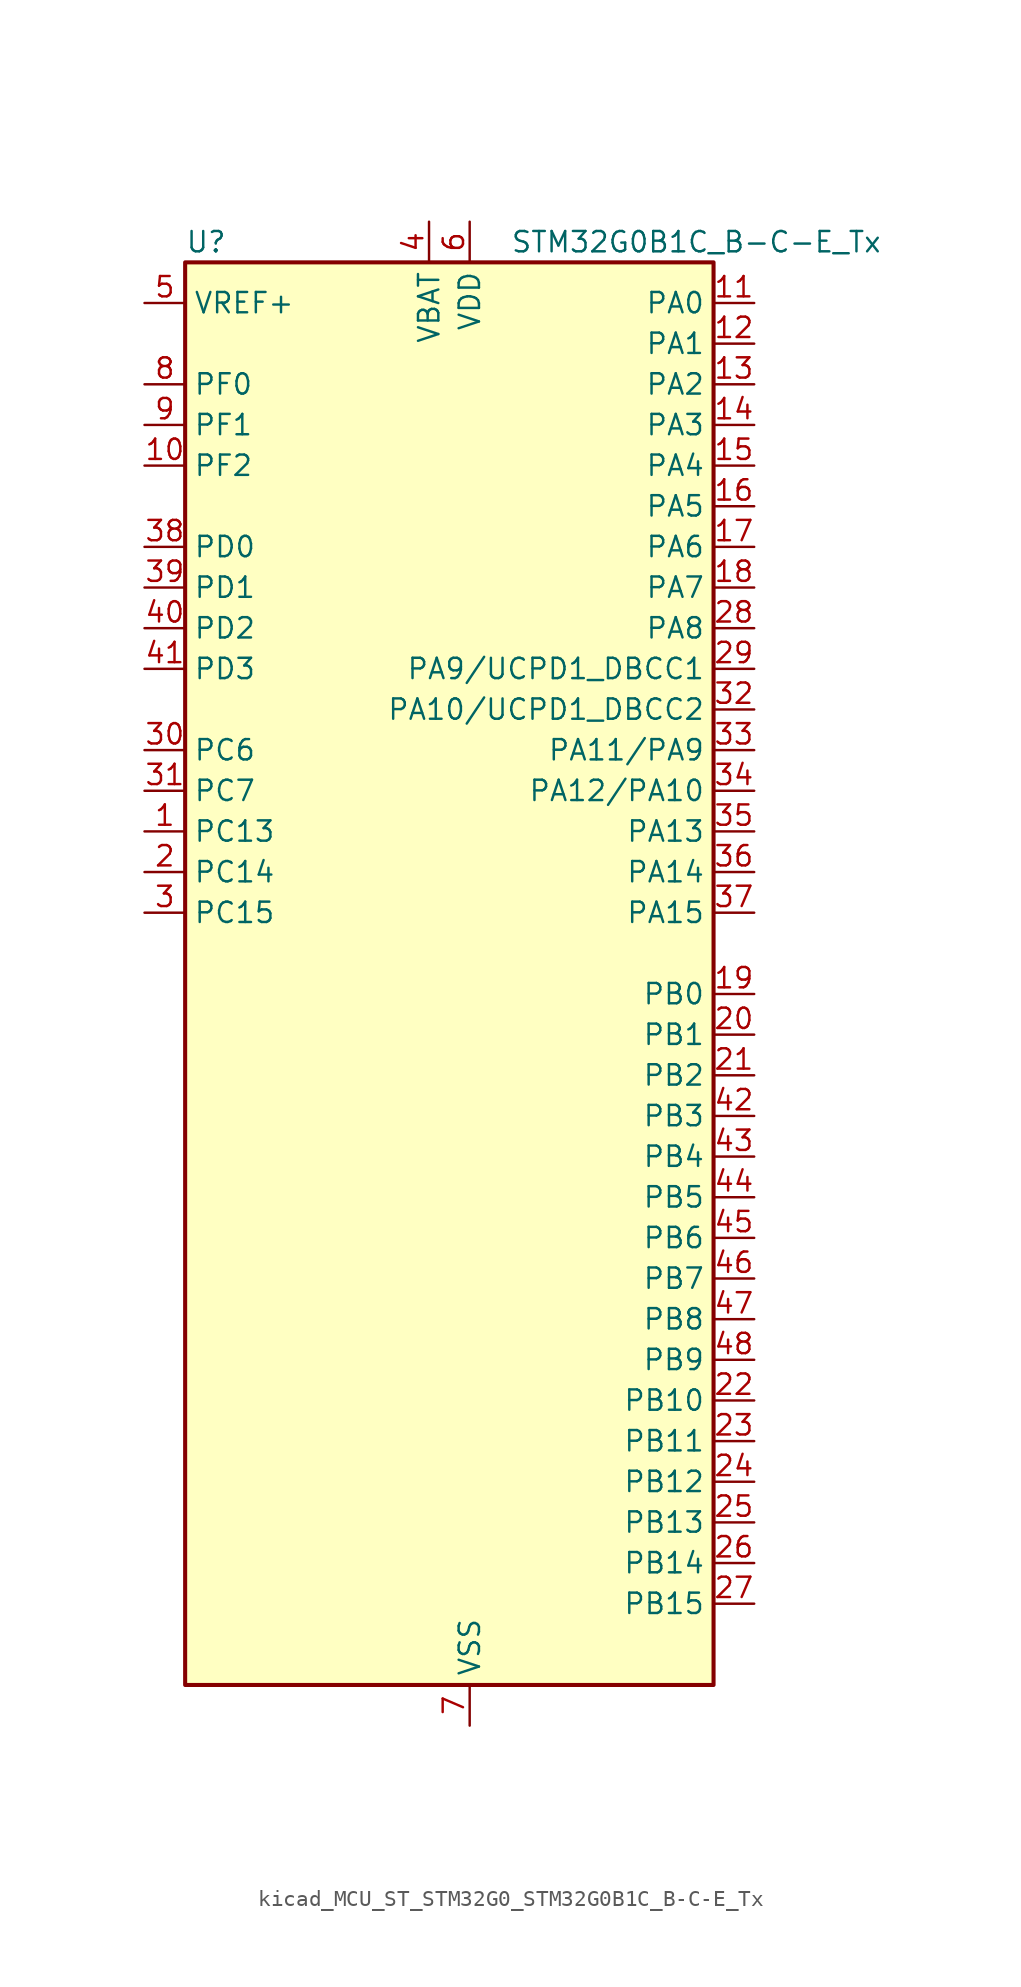
<source format=kicad_sym>
(kicad_symbol_lib
  (version 20220914)
  (generator kicad_symbol_editor)
  (symbol "kicad_MCU_ST_STM32G0_STM32G0B1C_B-C-E_Tx"
    (property "Reference" "U"
      (at -15.24 46.99 0)
      (effects (font (size 1.27 1.27)) (justify left)))
    (property "Value" "STM32G0B1C_B-C-E_Tx"
      (at 5.08 46.99 0)
      (effects (font (size 1.27 1.27)) (justify left)))
    (property "ki_locked" ""
      (at 0 0 0)
      (effects (font (size 1.27 1.27))))
    (symbol "kicad_MCU_ST_STM32G0_STM32G0B1C_B-C-E_Tx_0_1"
      (rectangle (start -15.24 -43.18) (end 17.78 45.72) (stroke (width 0.254) (type default)) (fill (type background))))
    (symbol "kicad_MCU_ST_STM32G0_STM32G0B1C_B-C-E_Tx_1_1"
      (pin bidirectional line (at -17.78 10.16 0) (length 2.54) (name "PC13" (effects (font (size 1.27 1.27)))) (number "1" (effects (font (size 1.27 1.27)))) (alternate "RTC_OUT1" bidirectional line) (alternate "RTC_TAMP_IN1" bidirectional line) (alternate "RTC_TS" bidirectional line) (alternate "SYS_WKUP2" bidirectional line) (alternate "TIM1_BK" bidirectional line))
      (pin bidirectional line (at -17.78 33.02 0) (length 2.54) (name "PF2" (effects (font (size 1.27 1.27)))) (number "10" (effects (font (size 1.27 1.27)))) (alternate "LPUART2_DE" bidirectional line) (alternate "LPUART2_RTS" bidirectional line) (alternate "LPUART2_TX" bidirectional line) (alternate "RCC_MCO" bidirectional line))
      (pin bidirectional line (at 20.32 43.18 180) (length 2.54) (name "PA0" (effects (font (size 1.27 1.27)))) (number "11" (effects (font (size 1.27 1.27)))) (alternate "ADC1_IN0" bidirectional line) (alternate "COMP1_INM" bidirectional line) (alternate "COMP1_OUT" bidirectional line) (alternate "I2S2_CK" bidirectional line) (alternate "LPTIM1_OUT" bidirectional line) (alternate "RTC_TAMP_IN2" bidirectional line) (alternate "SPI2_SCK" bidirectional line) (alternate "SYS_WKUP1" bidirectional line) (alternate "TIM2_CH1" bidirectional line) (alternate "TIM2_ETR" bidirectional line) (alternate "UCPD2_FRSTX1" bidirectional line) (alternate "UCPD2_FRSTX2" bidirectional line) (alternate "USART2_CTS" bidirectional line) (alternate "USART2_NSS" bidirectional line) (alternate "USART4_TX" bidirectional line))
      (pin bidirectional line (at 20.32 40.64 180) (length 2.54) (name "PA1" (effects (font (size 1.27 1.27)))) (number "12" (effects (font (size 1.27 1.27)))) (alternate "ADC1_IN1" bidirectional line) (alternate "COMP1_INP" bidirectional line) (alternate "I2C1_SMBA" bidirectional line) (alternate "I2S1_CK" bidirectional line) (alternate "SPI1_SCK" bidirectional line) (alternate "TIM15_CH1N" bidirectional line) (alternate "TIM2_CH2" bidirectional line) (alternate "USART2_CK" bidirectional line) (alternate "USART2_DE" bidirectional line) (alternate "USART2_RTS" bidirectional line) (alternate "USART4_RX" bidirectional line))
      (pin bidirectional line (at 20.32 38.1 180) (length 2.54) (name "PA2" (effects (font (size 1.27 1.27)))) (number "13" (effects (font (size 1.27 1.27)))) (alternate "ADC1_IN2" bidirectional line) (alternate "COMP2_INM" bidirectional line) (alternate "COMP2_OUT" bidirectional line) (alternate "I2S1_SD" bidirectional line) (alternate "LPUART1_TX" bidirectional line) (alternate "RCC_LSCO" bidirectional line) (alternate "SPI1_MOSI" bidirectional line) (alternate "SYS_WKUP4" bidirectional line) (alternate "TIM15_CH1" bidirectional line) (alternate "TIM2_CH3" bidirectional line) (alternate "UCPD1_FRSTX1" bidirectional line) (alternate "UCPD1_FRSTX2" bidirectional line) (alternate "USART2_TX" bidirectional line))
      (pin bidirectional line (at 20.32 35.56 180) (length 2.54) (name "PA3" (effects (font (size 1.27 1.27)))) (number "14" (effects (font (size 1.27 1.27)))) (alternate "ADC1_IN3" bidirectional line) (alternate "COMP2_INP" bidirectional line) (alternate "I2S2_MCK" bidirectional line) (alternate "LPUART1_RX" bidirectional line) (alternate "SPI2_MISO" bidirectional line) (alternate "TIM15_CH2" bidirectional line) (alternate "TIM2_CH4" bidirectional line) (alternate "UCPD2_FRSTX1" bidirectional line) (alternate "UCPD2_FRSTX2" bidirectional line) (alternate "USART2_RX" bidirectional line))
      (pin bidirectional line (at 20.32 33.02 180) (length 2.54) (name "PA4" (effects (font (size 1.27 1.27)))) (number "15" (effects (font (size 1.27 1.27)))) (alternate "ADC1_IN4" bidirectional line) (alternate "DAC1_OUT1" bidirectional line) (alternate "I2S1_WS" bidirectional line) (alternate "I2S2_SD" bidirectional line) (alternate "LPTIM2_OUT" bidirectional line) (alternate "RTC_OUT2" bidirectional line) (alternate "SPI1_NSS" bidirectional line) (alternate "SPI2_MOSI" bidirectional line) (alternate "SPI3_NSS" bidirectional line) (alternate "TIM14_CH1" bidirectional line) (alternate "UCPD2_FRSTX1" bidirectional line) (alternate "UCPD2_FRSTX2" bidirectional line) (alternate "USART6_TX" bidirectional line) (alternate "USB_NOE" bidirectional line))
      (pin bidirectional line (at 20.32 30.48 180) (length 2.54) (name "PA5" (effects (font (size 1.27 1.27)))) (number "16" (effects (font (size 1.27 1.27)))) (alternate "ADC1_IN5" bidirectional line) (alternate "CEC" bidirectional line) (alternate "DAC1_OUT2" bidirectional line) (alternate "I2S1_CK" bidirectional line) (alternate "LPTIM2_ETR" bidirectional line) (alternate "SPI1_SCK" bidirectional line) (alternate "TIM2_CH1" bidirectional line) (alternate "TIM2_ETR" bidirectional line) (alternate "UCPD1_FRSTX1" bidirectional line) (alternate "UCPD1_FRSTX2" bidirectional line) (alternate "USART3_TX" bidirectional line) (alternate "USART6_RX" bidirectional line))
      (pin bidirectional line (at 20.32 27.94 180) (length 2.54) (name "PA6" (effects (font (size 1.27 1.27)))) (number "17" (effects (font (size 1.27 1.27)))) (alternate "ADC1_IN6" bidirectional line) (alternate "COMP1_OUT" bidirectional line) (alternate "I2C2_SDA" bidirectional line) (alternate "I2C3_SDA" bidirectional line) (alternate "I2S1_MCK" bidirectional line) (alternate "LPUART1_CTS" bidirectional line) (alternate "SPI1_MISO" bidirectional line) (alternate "TIM16_CH1" bidirectional line) (alternate "TIM1_BK" bidirectional line) (alternate "TIM3_CH1" bidirectional line) (alternate "USART3_CTS" bidirectional line) (alternate "USART3_NSS" bidirectional line) (alternate "USART6_CTS" bidirectional line) (alternate "USART6_NSS" bidirectional line))
      (pin bidirectional line (at 20.32 25.4 180) (length 2.54) (name "PA7" (effects (font (size 1.27 1.27)))) (number "18" (effects (font (size 1.27 1.27)))) (alternate "ADC1_IN7" bidirectional line) (alternate "COMP2_OUT" bidirectional line) (alternate "I2C2_SCL" bidirectional line) (alternate "I2C3_SCL" bidirectional line) (alternate "I2S1_SD" bidirectional line) (alternate "SPI1_MOSI" bidirectional line) (alternate "TIM14_CH1" bidirectional line) (alternate "TIM17_CH1" bidirectional line) (alternate "TIM1_CH1N" bidirectional line) (alternate "TIM3_CH2" bidirectional line) (alternate "UCPD1_FRSTX1" bidirectional line) (alternate "UCPD1_FRSTX2" bidirectional line) (alternate "USART6_CK" bidirectional line) (alternate "USART6_DE" bidirectional line) (alternate "USART6_RTS" bidirectional line))
      (pin bidirectional line (at 20.32 0 180) (length 2.54) (name "PB0" (effects (font (size 1.27 1.27)))) (number "19" (effects (font (size 1.27 1.27)))) (alternate "ADC1_IN8" bidirectional line) (alternate "COMP1_OUT" bidirectional line) (alternate "COMP3_INP" bidirectional line) (alternate "FDCAN2_RX" bidirectional line) (alternate "I2S1_WS" bidirectional line) (alternate "LPTIM1_OUT" bidirectional line) (alternate "LPUART2_CTS" bidirectional line) (alternate "SPI1_NSS" bidirectional line) (alternate "TIM1_CH2N" bidirectional line) (alternate "TIM3_CH3" bidirectional line) (alternate "UCPD1_FRSTX1" bidirectional line) (alternate "UCPD1_FRSTX2" bidirectional line) (alternate "USART3_RX" bidirectional line) (alternate "USART5_TX" bidirectional line))
      (pin bidirectional line (at -17.78 7.62 0) (length 2.54) (name "PC14" (effects (font (size 1.27 1.27)))) (number "2" (effects (font (size 1.27 1.27)))) (alternate "RCC_OSC32_IN" bidirectional line) (alternate "TIM1_BK2" bidirectional line))
      (pin bidirectional line (at 20.32 -2.54 180) (length 2.54) (name "PB1" (effects (font (size 1.27 1.27)))) (number "20" (effects (font (size 1.27 1.27)))) (alternate "ADC1_IN9" bidirectional line) (alternate "COMP1_INM" bidirectional line) (alternate "COMP3_OUT" bidirectional line) (alternate "FDCAN2_TX" bidirectional line) (alternate "LPTIM2_IN1" bidirectional line) (alternate "LPUART1_DE" bidirectional line) (alternate "LPUART1_RTS" bidirectional line) (alternate "LPUART2_DE" bidirectional line) (alternate "LPUART2_RTS" bidirectional line) (alternate "TIM14_CH1" bidirectional line) (alternate "TIM1_CH3N" bidirectional line) (alternate "TIM3_CH4" bidirectional line) (alternate "USART3_CK" bidirectional line) (alternate "USART3_DE" bidirectional line) (alternate "USART3_RTS" bidirectional line) (alternate "USART5_RX" bidirectional line))
      (pin bidirectional line (at 20.32 -5.08 180) (length 2.54) (name "PB2" (effects (font (size 1.27 1.27)))) (number "21" (effects (font (size 1.27 1.27)))) (alternate "ADC1_IN10" bidirectional line) (alternate "COMP1_INP" bidirectional line) (alternate "COMP3_INM" bidirectional line) (alternate "I2S2_MCK" bidirectional line) (alternate "LPTIM1_OUT" bidirectional line) (alternate "RCC_MCO_2" bidirectional line) (alternate "SPI2_MISO" bidirectional line) (alternate "USART3_TX" bidirectional line))
      (pin bidirectional line (at 20.32 -25.4 180) (length 2.54) (name "PB10" (effects (font (size 1.27 1.27)))) (number "22" (effects (font (size 1.27 1.27)))) (alternate "ADC1_IN11" bidirectional line) (alternate "CEC" bidirectional line) (alternate "COMP1_OUT" bidirectional line) (alternate "I2C2_SCL" bidirectional line) (alternate "I2S2_CK" bidirectional line) (alternate "LPUART1_RX" bidirectional line) (alternate "SPI2_SCK" bidirectional line) (alternate "TIM2_CH3" bidirectional line) (alternate "USART3_TX" bidirectional line))
      (pin bidirectional line (at 20.32 -27.94 180) (length 2.54) (name "PB11" (effects (font (size 1.27 1.27)))) (number "23" (effects (font (size 1.27 1.27)))) (alternate "ADC1_EXTI11" bidirectional line) (alternate "ADC1_IN15" bidirectional line) (alternate "COMP2_OUT" bidirectional line) (alternate "I2C2_SDA" bidirectional line) (alternate "I2S2_SD" bidirectional line) (alternate "LPUART1_TX" bidirectional line) (alternate "SPI2_MOSI" bidirectional line) (alternate "TIM2_CH4" bidirectional line) (alternate "USART3_RX" bidirectional line))
      (pin bidirectional line (at 20.32 -30.48 180) (length 2.54) (name "PB12" (effects (font (size 1.27 1.27)))) (number "24" (effects (font (size 1.27 1.27)))) (alternate "ADC1_IN16" bidirectional line) (alternate "FDCAN2_RX" bidirectional line) (alternate "I2C2_SMBA" bidirectional line) (alternate "I2S2_WS" bidirectional line) (alternate "LPUART1_DE" bidirectional line) (alternate "LPUART1_RTS" bidirectional line) (alternate "SPI2_NSS" bidirectional line) (alternate "TIM15_BK" bidirectional line) (alternate "TIM1_BK" bidirectional line) (alternate "UCPD2_FRSTX1" bidirectional line) (alternate "UCPD2_FRSTX2" bidirectional line))
      (pin bidirectional line (at 20.32 -33.02 180) (length 2.54) (name "PB13" (effects (font (size 1.27 1.27)))) (number "25" (effects (font (size 1.27 1.27)))) (alternate "FDCAN2_TX" bidirectional line) (alternate "I2C2_SCL" bidirectional line) (alternate "I2S2_CK" bidirectional line) (alternate "LPUART1_CTS" bidirectional line) (alternate "SPI2_SCK" bidirectional line) (alternate "TIM15_CH1N" bidirectional line) (alternate "TIM1_CH1N" bidirectional line) (alternate "USART3_CTS" bidirectional line) (alternate "USART3_NSS" bidirectional line))
      (pin bidirectional line (at 20.32 -35.56 180) (length 2.54) (name "PB14" (effects (font (size 1.27 1.27)))) (number "26" (effects (font (size 1.27 1.27)))) (alternate "I2C2_SDA" bidirectional line) (alternate "I2S2_MCK" bidirectional line) (alternate "SPI2_MISO" bidirectional line) (alternate "TIM15_CH1" bidirectional line) (alternate "TIM1_CH2N" bidirectional line) (alternate "UCPD1_FRSTX1" bidirectional line) (alternate "UCPD1_FRSTX2" bidirectional line) (alternate "USART3_CK" bidirectional line) (alternate "USART3_DE" bidirectional line) (alternate "USART3_RTS" bidirectional line) (alternate "USART6_CK" bidirectional line) (alternate "USART6_DE" bidirectional line) (alternate "USART6_RTS" bidirectional line))
      (pin bidirectional line (at 20.32 -38.1 180) (length 2.54) (name "PB15" (effects (font (size 1.27 1.27)))) (number "27" (effects (font (size 1.27 1.27)))) (alternate "I2S2_SD" bidirectional line) (alternate "RTC_REFIN" bidirectional line) (alternate "SPI2_MOSI" bidirectional line) (alternate "TIM15_CH1N" bidirectional line) (alternate "TIM15_CH2" bidirectional line) (alternate "TIM1_CH3N" bidirectional line) (alternate "UCPD1_CC2" bidirectional line) (alternate "USART6_CTS" bidirectional line) (alternate "USART6_NSS" bidirectional line))
      (pin bidirectional line (at 20.32 22.86 180) (length 2.54) (name "PA8" (effects (font (size 1.27 1.27)))) (number "28" (effects (font (size 1.27 1.27)))) (alternate "CRS1_SYNC" bidirectional line) (alternate "I2C2_SMBA" bidirectional line) (alternate "I2S2_WS" bidirectional line) (alternate "LPTIM2_OUT" bidirectional line) (alternate "RCC_MCO" bidirectional line) (alternate "SPI2_NSS" bidirectional line) (alternate "TIM1_CH1" bidirectional line) (alternate "UCPD1_CC1" bidirectional line))
      (pin bidirectional line (at 20.32 20.32 180) (length 2.54) (name "PA9/UCPD1_DBCC1" (effects (font (size 1.27 1.27)))) (number "29" (effects (font (size 1.27 1.27)))) (alternate "DAC1_EXTI9" bidirectional line) (alternate "I2C1_SCL" bidirectional line) (alternate "I2C2_SCL" bidirectional line) (alternate "I2S2_MCK" bidirectional line) (alternate "RCC_MCO" bidirectional line) (alternate "SPI2_MISO" bidirectional line) (alternate "TIM15_BK" bidirectional line) (alternate "TIM1_CH2" bidirectional line) (alternate "UCPD1_DBCC1" bidirectional line) (alternate "USART1_TX" bidirectional line))
      (pin bidirectional line (at -17.78 5.08 0) (length 2.54) (name "PC15" (effects (font (size 1.27 1.27)))) (number "3" (effects (font (size 1.27 1.27)))) (alternate "RCC_OSC32_EN" bidirectional line) (alternate "RCC_OSC32_OUT" bidirectional line) (alternate "RCC_OSC_EN" bidirectional line) (alternate "TIM15_BK" bidirectional line))
      (pin bidirectional line (at -17.78 15.24 0) (length 2.54) (name "PC6" (effects (font (size 1.27 1.27)))) (number "30" (effects (font (size 1.27 1.27)))) (alternate "LPUART2_TX" bidirectional line) (alternate "TIM2_CH3" bidirectional line) (alternate "TIM3_CH1" bidirectional line) (alternate "UCPD1_FRSTX1" bidirectional line) (alternate "UCPD1_FRSTX2" bidirectional line))
      (pin bidirectional line (at -17.78 12.7 0) (length 2.54) (name "PC7" (effects (font (size 1.27 1.27)))) (number "31" (effects (font (size 1.27 1.27)))) (alternate "LPUART2_RX" bidirectional line) (alternate "TIM2_CH4" bidirectional line) (alternate "TIM3_CH2" bidirectional line) (alternate "UCPD2_FRSTX1" bidirectional line) (alternate "UCPD2_FRSTX2" bidirectional line))
      (pin bidirectional line (at 20.32 17.78 180) (length 2.54) (name "PA10/UCPD1_DBCC2" (effects (font (size 1.27 1.27)))) (number "32" (effects (font (size 1.27 1.27)))) (alternate "I2C1_SDA" bidirectional line) (alternate "I2C2_SDA" bidirectional line) (alternate "I2S2_SD" bidirectional line) (alternate "RCC_MCO_2" bidirectional line) (alternate "SPI2_MOSI" bidirectional line) (alternate "TIM17_BK" bidirectional line) (alternate "TIM1_CH3" bidirectional line) (alternate "UCPD1_DBCC2" bidirectional line) (alternate "USART1_RX" bidirectional line))
      (pin bidirectional line (at 20.32 15.24 180) (length 2.54) (name "PA11/PA9" (effects (font (size 1.27 1.27)))) (number "33" (effects (font (size 1.27 1.27)))) (alternate "ADC1_EXTI11" bidirectional line) (alternate "COMP1_OUT" bidirectional line) (alternate "FDCAN1_RX" bidirectional line) (alternate "I2C2_SCL" bidirectional line) (alternate "I2S1_MCK" bidirectional line) (alternate "SPI1_MISO" bidirectional line) (alternate "TIM1_BK2" bidirectional line) (alternate "TIM1_CH4" bidirectional line) (alternate "USART1_CTS" bidirectional line) (alternate "USART1_NSS" bidirectional line) (alternate "USB_DM" bidirectional line))
      (pin bidirectional line (at 20.32 12.7 180) (length 2.54) (name "PA12/PA10" (effects (font (size 1.27 1.27)))) (number "34" (effects (font (size 1.27 1.27)))) (alternate "COMP2_OUT" bidirectional line) (alternate "FDCAN1_TX" bidirectional line) (alternate "I2C2_SDA" bidirectional line) (alternate "I2S1_SD" bidirectional line) (alternate "I2S_CKIN" bidirectional line) (alternate "SPI1_MOSI" bidirectional line) (alternate "TIM1_ETR" bidirectional line) (alternate "USART1_CK" bidirectional line) (alternate "USART1_DE" bidirectional line) (alternate "USART1_RTS" bidirectional line) (alternate "USB_DP" bidirectional line))
      (pin bidirectional line (at 20.32 10.16 180) (length 2.54) (name "PA13" (effects (font (size 1.27 1.27)))) (number "35" (effects (font (size 1.27 1.27)))) (alternate "IR_OUT" bidirectional line) (alternate "LPUART2_RX" bidirectional line) (alternate "SYS_SWDIO" bidirectional line) (alternate "USB_NOE" bidirectional line))
      (pin bidirectional line (at 20.32 7.62 180) (length 2.54) (name "PA14" (effects (font (size 1.27 1.27)))) (number "36" (effects (font (size 1.27 1.27)))) (alternate "LPUART2_TX" bidirectional line) (alternate "SYS_SWCLK" bidirectional line) (alternate "USART2_TX" bidirectional line))
      (pin bidirectional line (at 20.32 5.08 180) (length 2.54) (name "PA15" (effects (font (size 1.27 1.27)))) (number "37" (effects (font (size 1.27 1.27)))) (alternate "I2C2_SMBA" bidirectional line) (alternate "I2S1_WS" bidirectional line) (alternate "RCC_MCO_2" bidirectional line) (alternate "SPI1_NSS" bidirectional line) (alternate "SPI3_NSS" bidirectional line) (alternate "TIM2_CH1" bidirectional line) (alternate "TIM2_ETR" bidirectional line) (alternate "USART2_RX" bidirectional line) (alternate "USART3_CK" bidirectional line) (alternate "USART3_DE" bidirectional line) (alternate "USART3_RTS" bidirectional line) (alternate "USART4_CK" bidirectional line) (alternate "USART4_DE" bidirectional line) (alternate "USART4_RTS" bidirectional line) (alternate "USB_NOE" bidirectional line))
      (pin bidirectional line (at -17.78 27.94 0) (length 2.54) (name "PD0" (effects (font (size 1.27 1.27)))) (number "38" (effects (font (size 1.27 1.27)))) (alternate "FDCAN1_RX" bidirectional line) (alternate "I2S2_WS" bidirectional line) (alternate "SPI2_NSS" bidirectional line) (alternate "TIM16_CH1" bidirectional line) (alternate "UCPD2_CC1" bidirectional line))
      (pin bidirectional line (at -17.78 25.4 0) (length 2.54) (name "PD1" (effects (font (size 1.27 1.27)))) (number "39" (effects (font (size 1.27 1.27)))) (alternate "FDCAN1_TX" bidirectional line) (alternate "I2S2_CK" bidirectional line) (alternate "SPI2_SCK" bidirectional line) (alternate "TIM17_CH1" bidirectional line) (alternate "UCPD2_DBCC1" bidirectional line))
      (pin power_in line (at 0 48.26 270) (length 2.54) (name "VBAT" (effects (font (size 1.27 1.27)))) (number "4" (effects (font (size 1.27 1.27)))))
      (pin bidirectional line (at -17.78 22.86 0) (length 2.54) (name "PD2" (effects (font (size 1.27 1.27)))) (number "40" (effects (font (size 1.27 1.27)))) (alternate "TIM1_CH1N" bidirectional line) (alternate "TIM3_ETR" bidirectional line) (alternate "UCPD2_CC2" bidirectional line) (alternate "USART3_CK" bidirectional line) (alternate "USART3_DE" bidirectional line) (alternate "USART3_RTS" bidirectional line) (alternate "USART5_RX" bidirectional line))
      (pin bidirectional line (at -17.78 20.32 0) (length 2.54) (name "PD3" (effects (font (size 1.27 1.27)))) (number "41" (effects (font (size 1.27 1.27)))) (alternate "I2S2_MCK" bidirectional line) (alternate "SPI2_MISO" bidirectional line) (alternate "TIM1_CH2N" bidirectional line) (alternate "UCPD2_DBCC2" bidirectional line) (alternate "USART2_CTS" bidirectional line) (alternate "USART2_NSS" bidirectional line) (alternate "USART5_TX" bidirectional line))
      (pin bidirectional line (at 20.32 -7.62 180) (length 2.54) (name "PB3" (effects (font (size 1.27 1.27)))) (number "42" (effects (font (size 1.27 1.27)))) (alternate "COMP2_INM" bidirectional line) (alternate "I2C2_SCL" bidirectional line) (alternate "I2C3_SCL" bidirectional line) (alternate "I2S1_CK" bidirectional line) (alternate "SPI1_SCK" bidirectional line) (alternate "SPI3_SCK" bidirectional line) (alternate "TIM1_CH2" bidirectional line) (alternate "TIM2_CH2" bidirectional line) (alternate "USART1_CK" bidirectional line) (alternate "USART1_DE" bidirectional line) (alternate "USART1_RTS" bidirectional line) (alternate "USART5_TX" bidirectional line))
      (pin bidirectional line (at 20.32 -10.16 180) (length 2.54) (name "PB4" (effects (font (size 1.27 1.27)))) (number "43" (effects (font (size 1.27 1.27)))) (alternate "COMP2_INP" bidirectional line) (alternate "I2C2_SDA" bidirectional line) (alternate "I2C3_SDA" bidirectional line) (alternate "I2S1_MCK" bidirectional line) (alternate "SPI1_MISO" bidirectional line) (alternate "SPI3_MISO" bidirectional line) (alternate "TIM17_BK" bidirectional line) (alternate "TIM3_CH1" bidirectional line) (alternate "USART1_CTS" bidirectional line) (alternate "USART1_NSS" bidirectional line) (alternate "USART5_RX" bidirectional line))
      (pin bidirectional line (at 20.32 -12.7 180) (length 2.54) (name "PB5" (effects (font (size 1.27 1.27)))) (number "44" (effects (font (size 1.27 1.27)))) (alternate "COMP2_OUT" bidirectional line) (alternate "FDCAN2_RX" bidirectional line) (alternate "I2C1_SMBA" bidirectional line) (alternate "I2S1_SD" bidirectional line) (alternate "LPTIM1_IN1" bidirectional line) (alternate "SPI1_MOSI" bidirectional line) (alternate "SPI3_MOSI" bidirectional line) (alternate "SYS_WKUP6" bidirectional line) (alternate "TIM16_BK" bidirectional line) (alternate "TIM3_CH2" bidirectional line) (alternate "USART5_CK" bidirectional line) (alternate "USART5_DE" bidirectional line) (alternate "USART5_RTS" bidirectional line))
      (pin bidirectional line (at 20.32 -15.24 180) (length 2.54) (name "PB6" (effects (font (size 1.27 1.27)))) (number "45" (effects (font (size 1.27 1.27)))) (alternate "COMP2_INP" bidirectional line) (alternate "FDCAN2_TX" bidirectional line) (alternate "I2C1_SCL" bidirectional line) (alternate "I2S2_MCK" bidirectional line) (alternate "LPTIM1_ETR" bidirectional line) (alternate "LPUART2_TX" bidirectional line) (alternate "SPI2_MISO" bidirectional line) (alternate "TIM16_CH1N" bidirectional line) (alternate "TIM1_CH3" bidirectional line) (alternate "TIM4_CH1" bidirectional line) (alternate "USART1_TX" bidirectional line) (alternate "USART5_CTS" bidirectional line) (alternate "USART5_NSS" bidirectional line))
      (pin bidirectional line (at 20.32 -17.78 180) (length 2.54) (name "PB7" (effects (font (size 1.27 1.27)))) (number "46" (effects (font (size 1.27 1.27)))) (alternate "COMP2_INM" bidirectional line) (alternate "I2C1_SDA" bidirectional line) (alternate "I2S2_SD" bidirectional line) (alternate "LPTIM1_IN2" bidirectional line) (alternate "LPUART2_RX" bidirectional line) (alternate "SPI2_MOSI" bidirectional line) (alternate "SYS_PVD_IN" bidirectional line) (alternate "TIM17_CH1N" bidirectional line) (alternate "TIM4_CH2" bidirectional line) (alternate "USART1_RX" bidirectional line) (alternate "USART4_CTS" bidirectional line) (alternate "USART4_NSS" bidirectional line))
      (pin bidirectional line (at 20.32 -20.32 180) (length 2.54) (name "PB8" (effects (font (size 1.27 1.27)))) (number "47" (effects (font (size 1.27 1.27)))) (alternate "CEC" bidirectional line) (alternate "FDCAN1_RX" bidirectional line) (alternate "I2C1_SCL" bidirectional line) (alternate "I2S2_CK" bidirectional line) (alternate "SPI2_SCK" bidirectional line) (alternate "TIM15_BK" bidirectional line) (alternate "TIM16_CH1" bidirectional line) (alternate "TIM4_CH3" bidirectional line) (alternate "USART3_TX" bidirectional line) (alternate "USART6_TX" bidirectional line))
      (pin bidirectional line (at 20.32 -22.86 180) (length 2.54) (name "PB9" (effects (font (size 1.27 1.27)))) (number "48" (effects (font (size 1.27 1.27)))) (alternate "DAC1_EXTI9" bidirectional line) (alternate "FDCAN1_TX" bidirectional line) (alternate "I2C1_SDA" bidirectional line) (alternate "I2S2_WS" bidirectional line) (alternate "IR_OUT" bidirectional line) (alternate "SPI2_NSS" bidirectional line) (alternate "TIM17_CH1" bidirectional line) (alternate "TIM4_CH4" bidirectional line) (alternate "UCPD2_FRSTX1" bidirectional line) (alternate "UCPD2_FRSTX2" bidirectional line) (alternate "USART3_RX" bidirectional line) (alternate "USART6_RX" bidirectional line))
      (pin input line (at -17.78 43.18 0) (length 2.54) (name "VREF+" (effects (font (size 1.27 1.27)))) (number "5" (effects (font (size 1.27 1.27)))) (alternate "VREFBUF_OUT" bidirectional line))
      (pin power_in line (at 2.54 48.26 270) (length 2.54) (name "VDD" (effects (font (size 1.27 1.27)))) (number "6" (effects (font (size 1.27 1.27)))))
      (pin power_in line (at 2.54 -45.72 90) (length 2.54) (name "VSS" (effects (font (size 1.27 1.27)))) (number "7" (effects (font (size 1.27 1.27)))))
      (pin bidirectional line (at -17.78 38.1 0) (length 2.54) (name "PF0" (effects (font (size 1.27 1.27)))) (number "8" (effects (font (size 1.27 1.27)))) (alternate "CRS1_SYNC" bidirectional line) (alternate "RCC_OSC_IN" bidirectional line) (alternate "TIM14_CH1" bidirectional line))
      (pin bidirectional line (at -17.78 35.56 0) (length 2.54) (name "PF1" (effects (font (size 1.27 1.27)))) (number "9" (effects (font (size 1.27 1.27)))) (alternate "RCC_OSC_EN" bidirectional line) (alternate "RCC_OSC_OUT" bidirectional line) (alternate "TIM15_CH1N" bidirectional line)))))
</source>
